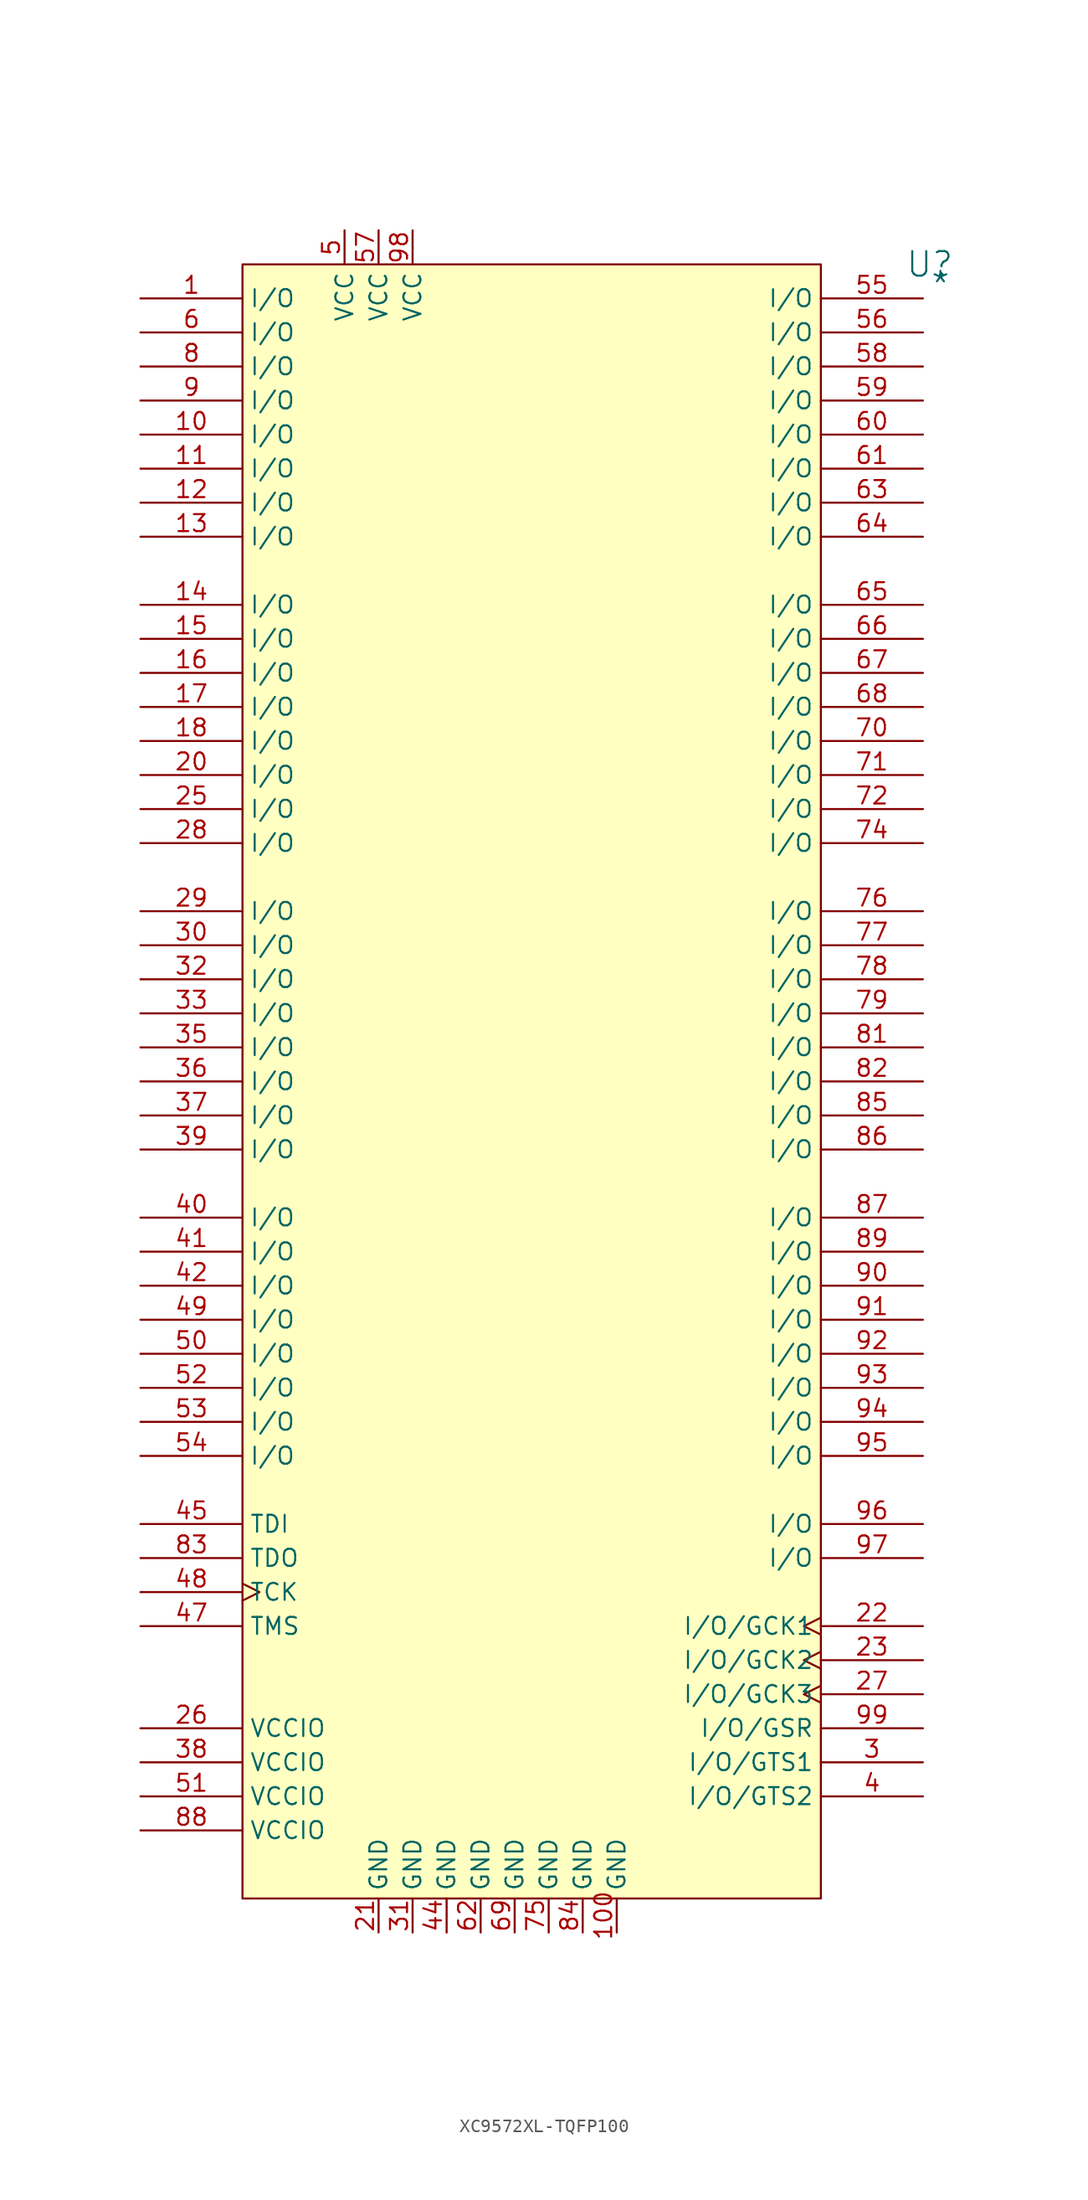
<source format=kicad_sym>
(kicad_symbol_lib
  (version 20241209)
  (generator "kicad_symbol_editor")
  (generator_version "9.0")
  (symbol "XC9572XL-TQFP100"
    (property "Reference" "U"
      (at 51.308 0 0)
      (effects (font (size 1.829 1.829))))
    (property "Value" "*"
      (at 51.308 -2.54 0)
      (effects (font (size 1.829 1.829)) (justify left bottom)))
    (symbol "XC9572XL-TQFP100_1_0"
      (rectangle (start 43.18 0) (end 0 -121.92) (stroke (width 0) (type solid) (color 128 0 0 1)) (fill (type background)))
      (pin bidirectional line (at -7.62 -2.54 0) (length 7.62) (name "I/O" (effects (font (size 1.27 1.27)))) (number "1" (effects (font (size 1.27 1.27)))))
      (pin bidirectional line (at -7.62 -5.08 0) (length 7.62) (name "I/O" (effects (font (size 1.27 1.27)))) (number "6" (effects (font (size 1.27 1.27)))))
      (pin bidirectional line (at -7.62 -7.62 0) (length 7.62) (name "I/O" (effects (font (size 1.27 1.27)))) (number "8" (effects (font (size 1.27 1.27)))))
      (pin bidirectional line (at -7.62 -10.16 0) (length 7.62) (name "I/O" (effects (font (size 1.27 1.27)))) (number "9" (effects (font (size 1.27 1.27)))))
      (pin bidirectional line (at -7.62 -12.7 0) (length 7.62) (name "I/O" (effects (font (size 1.27 1.27)))) (number "10" (effects (font (size 1.27 1.27)))))
      (pin bidirectional line (at -7.62 -15.24 0) (length 7.62) (name "I/O" (effects (font (size 1.27 1.27)))) (number "11" (effects (font (size 1.27 1.27)))))
      (pin bidirectional line (at -7.62 -17.78 0) (length 7.62) (name "I/O" (effects (font (size 1.27 1.27)))) (number "12" (effects (font (size 1.27 1.27)))))
      (pin bidirectional line (at -7.62 -20.32 0) (length 7.62) (name "I/O" (effects (font (size 1.27 1.27)))) (number "13" (effects (font (size 1.27 1.27)))))
      (pin bidirectional line (at -7.62 -25.4 0) (length 7.62) (name "I/O" (effects (font (size 1.27 1.27)))) (number "14" (effects (font (size 1.27 1.27)))))
      (pin bidirectional line (at -7.62 -27.94 0) (length 7.62) (name "I/O" (effects (font (size 1.27 1.27)))) (number "15" (effects (font (size 1.27 1.27)))))
      (pin bidirectional line (at -7.62 -30.48 0) (length 7.62) (name "I/O" (effects (font (size 1.27 1.27)))) (number "16" (effects (font (size 1.27 1.27)))))
      (pin bidirectional line (at -7.62 -33.02 0) (length 7.62) (name "I/O" (effects (font (size 1.27 1.27)))) (number "17" (effects (font (size 1.27 1.27)))))
      (pin bidirectional line (at -7.62 -35.56 0) (length 7.62) (name "I/O" (effects (font (size 1.27 1.27)))) (number "18" (effects (font (size 1.27 1.27)))))
      (pin bidirectional line (at -7.62 -38.1 0) (length 7.62) (name "I/O" (effects (font (size 1.27 1.27)))) (number "20" (effects (font (size 1.27 1.27)))))
      (pin bidirectional line (at -7.62 -40.64 0) (length 7.62) (name "I/O" (effects (font (size 1.27 1.27)))) (number "25" (effects (font (size 1.27 1.27)))))
      (pin bidirectional line (at -7.62 -43.18 0) (length 7.62) (name "I/O" (effects (font (size 1.27 1.27)))) (number "28" (effects (font (size 1.27 1.27)))))
      (pin bidirectional line (at -7.62 -48.26 0) (length 7.62) (name "I/O" (effects (font (size 1.27 1.27)))) (number "29" (effects (font (size 1.27 1.27)))))
      (pin bidirectional line (at -7.62 -50.8 0) (length 7.62) (name "I/O" (effects (font (size 1.27 1.27)))) (number "30" (effects (font (size 1.27 1.27)))))
      (pin bidirectional line (at -7.62 -53.34 0) (length 7.62) (name "I/O" (effects (font (size 1.27 1.27)))) (number "32" (effects (font (size 1.27 1.27)))))
      (pin bidirectional line (at -7.62 -55.88 0) (length 7.62) (name "I/O" (effects (font (size 1.27 1.27)))) (number "33" (effects (font (size 1.27 1.27)))))
      (pin bidirectional line (at -7.62 -58.42 0) (length 7.62) (name "I/O" (effects (font (size 1.27 1.27)))) (number "35" (effects (font (size 1.27 1.27)))))
      (pin bidirectional line (at -7.62 -60.96 0) (length 7.62) (name "I/O" (effects (font (size 1.27 1.27)))) (number "36" (effects (font (size 1.27 1.27)))))
      (pin bidirectional line (at -7.62 -63.5 0) (length 7.62) (name "I/O" (effects (font (size 1.27 1.27)))) (number "37" (effects (font (size 1.27 1.27)))))
      (pin bidirectional line (at -7.62 -66.04 0) (length 7.62) (name "I/O" (effects (font (size 1.27 1.27)))) (number "39" (effects (font (size 1.27 1.27)))))
      (pin bidirectional line (at -7.62 -71.12 0) (length 7.62) (name "I/O" (effects (font (size 1.27 1.27)))) (number "40" (effects (font (size 1.27 1.27)))))
      (pin bidirectional line (at -7.62 -73.66 0) (length 7.62) (name "I/O" (effects (font (size 1.27 1.27)))) (number "41" (effects (font (size 1.27 1.27)))))
      (pin bidirectional line (at -7.62 -76.2 0) (length 7.62) (name "I/O" (effects (font (size 1.27 1.27)))) (number "42" (effects (font (size 1.27 1.27)))))
      (pin bidirectional line (at -7.62 -78.74 0) (length 7.62) (name "I/O" (effects (font (size 1.27 1.27)))) (number "49" (effects (font (size 1.27 1.27)))))
      (pin bidirectional line (at -7.62 -81.28 0) (length 7.62) (name "I/O" (effects (font (size 1.27 1.27)))) (number "50" (effects (font (size 1.27 1.27)))))
      (pin bidirectional line (at -7.62 -83.82 0) (length 7.62) (name "I/O" (effects (font (size 1.27 1.27)))) (number "52" (effects (font (size 1.27 1.27)))))
      (pin bidirectional line (at -7.62 -86.36 0) (length 7.62) (name "I/O" (effects (font (size 1.27 1.27)))) (number "53" (effects (font (size 1.27 1.27)))))
      (pin bidirectional line (at -7.62 -88.9 0) (length 7.62) (name "I/O" (effects (font (size 1.27 1.27)))) (number "54" (effects (font (size 1.27 1.27)))))
      (pin bidirectional line (at -7.62 -93.98 0) (length 7.62) (name "TDI" (effects (font (size 1.27 1.27)))) (number "45" (effects (font (size 1.27 1.27)))))
      (pin tri_state line (at -7.62 -96.52 0) (length 7.62) (name "TDO" (effects (font (size 1.27 1.27)))) (number "83" (effects (font (size 1.27 1.27)))))
      (pin bidirectional clock (at -7.62 -99.06 0) (length 7.62) (name "TCK" (effects (font (size 1.27 1.27)))) (number "48" (effects (font (size 1.27 1.27)))))
      (pin bidirectional line (at -7.62 -101.6 0) (length 7.62) (name "TMS" (effects (font (size 1.27 1.27)))) (number "47" (effects (font (size 1.27 1.27)))))
      (pin power_in line (at -7.62 -109.22 0) (length 7.62) (name "VCCIO" (effects (font (size 1.27 1.27)))) (number "26" (effects (font (size 1.27 1.27)))))
      (pin power_in line (at -7.62 -111.76 0) (length 7.62) (name "VCCIO" (effects (font (size 1.27 1.27)))) (number "38" (effects (font (size 1.27 1.27)))))
      (pin power_in line (at -7.62 -114.3 0) (length 7.62) (name "VCCIO" (effects (font (size 1.27 1.27)))) (number "51" (effects (font (size 1.27 1.27)))))
      (pin power_in line (at -7.62 -116.84 0) (length 7.62) (name "VCCIO" (effects (font (size 1.27 1.27)))) (number "88" (effects (font (size 1.27 1.27)))))
      (pin power_in line (at 7.62 2.54 270) (length 2.54) (name "VCC" (effects (font (size 1.27 1.27)))) (number "5" (effects (font (size 1.27 1.27)))))
      (pin power_in line (at 10.16 2.54 270) (length 2.54) (name "VCC" (effects (font (size 1.27 1.27)))) (number "57" (effects (font (size 1.27 1.27)))))
      (pin power_in line (at 10.16 -124.46 90) (length 2.54) (name "GND" (effects (font (size 1.27 1.27)))) (number "21" (effects (font (size 1.27 1.27)))))
      (pin power_in line (at 12.7 2.54 270) (length 2.54) (name "VCC" (effects (font (size 1.27 1.27)))) (number "98" (effects (font (size 1.27 1.27)))))
      (pin power_in line (at 12.7 -124.46 90) (length 2.54) (name "GND" (effects (font (size 1.27 1.27)))) (number "31" (effects (font (size 1.27 1.27)))))
      (pin power_in line (at 15.24 -124.46 90) (length 2.54) (name "GND" (effects (font (size 1.27 1.27)))) (number "44" (effects (font (size 1.27 1.27)))))
      (pin power_in line (at 17.78 -124.46 90) (length 2.54) (name "GND" (effects (font (size 1.27 1.27)))) (number "62" (effects (font (size 1.27 1.27)))))
      (pin power_in line (at 20.32 -124.46 90) (length 2.54) (name "GND" (effects (font (size 1.27 1.27)))) (number "69" (effects (font (size 1.27 1.27)))))
      (pin power_in line (at 22.86 -124.46 90) (length 2.54) (name "GND" (effects (font (size 1.27 1.27)))) (number "75" (effects (font (size 1.27 1.27)))))
      (pin power_in line (at 25.4 -124.46 90) (length 2.54) (name "GND" (effects (font (size 1.27 1.27)))) (number "84" (effects (font (size 1.27 1.27)))))
      (pin power_in line (at 27.94 -124.46 90) (length 2.54) (name "GND" (effects (font (size 1.27 1.27)))) (number "100" (effects (font (size 1.27 1.27)))))
      (pin bidirectional line (at 50.8 -2.54 180) (length 7.62) (name "I/O" (effects (font (size 1.27 1.27)))) (number "55" (effects (font (size 1.27 1.27)))))
      (pin bidirectional line (at 50.8 -5.08 180) (length 7.62) (name "I/O" (effects (font (size 1.27 1.27)))) (number "56" (effects (font (size 1.27 1.27)))))
      (pin bidirectional line (at 50.8 -7.62 180) (length 7.62) (name "I/O" (effects (font (size 1.27 1.27)))) (number "58" (effects (font (size 1.27 1.27)))))
      (pin bidirectional line (at 50.8 -10.16 180) (length 7.62) (name "I/O" (effects (font (size 1.27 1.27)))) (number "59" (effects (font (size 1.27 1.27)))))
      (pin bidirectional line (at 50.8 -12.7 180) (length 7.62) (name "I/O" (effects (font (size 1.27 1.27)))) (number "60" (effects (font (size 1.27 1.27)))))
      (pin bidirectional line (at 50.8 -15.24 180) (length 7.62) (name "I/O" (effects (font (size 1.27 1.27)))) (number "61" (effects (font (size 1.27 1.27)))))
      (pin bidirectional line (at 50.8 -17.78 180) (length 7.62) (name "I/O" (effects (font (size 1.27 1.27)))) (number "63" (effects (font (size 1.27 1.27)))))
      (pin bidirectional line (at 50.8 -20.32 180) (length 7.62) (name "I/O" (effects (font (size 1.27 1.27)))) (number "64" (effects (font (size 1.27 1.27)))))
      (pin bidirectional line (at 50.8 -25.4 180) (length 7.62) (name "I/O" (effects (font (size 1.27 1.27)))) (number "65" (effects (font (size 1.27 1.27)))))
      (pin bidirectional line (at 50.8 -27.94 180) (length 7.62) (name "I/O" (effects (font (size 1.27 1.27)))) (number "66" (effects (font (size 1.27 1.27)))))
      (pin bidirectional line (at 50.8 -30.48 180) (length 7.62) (name "I/O" (effects (font (size 1.27 1.27)))) (number "67" (effects (font (size 1.27 1.27)))))
      (pin bidirectional line (at 50.8 -33.02 180) (length 7.62) (name "I/O" (effects (font (size 1.27 1.27)))) (number "68" (effects (font (size 1.27 1.27)))))
      (pin bidirectional line (at 50.8 -35.56 180) (length 7.62) (name "I/O" (effects (font (size 1.27 1.27)))) (number "70" (effects (font (size 1.27 1.27)))))
      (pin bidirectional line (at 50.8 -38.1 180) (length 7.62) (name "I/O" (effects (font (size 1.27 1.27)))) (number "71" (effects (font (size 1.27 1.27)))))
      (pin bidirectional line (at 50.8 -40.64 180) (length 7.62) (name "I/O" (effects (font (size 1.27 1.27)))) (number "72" (effects (font (size 1.27 1.27)))))
      (pin bidirectional line (at 50.8 -43.18 180) (length 7.62) (name "I/O" (effects (font (size 1.27 1.27)))) (number "74" (effects (font (size 1.27 1.27)))))
      (pin bidirectional line (at 50.8 -48.26 180) (length 7.62) (name "I/O" (effects (font (size 1.27 1.27)))) (number "76" (effects (font (size 1.27 1.27)))))
      (pin bidirectional line (at 50.8 -50.8 180) (length 7.62) (name "I/O" (effects (font (size 1.27 1.27)))) (number "77" (effects (font (size 1.27 1.27)))))
      (pin bidirectional line (at 50.8 -53.34 180) (length 7.62) (name "I/O" (effects (font (size 1.27 1.27)))) (number "78" (effects (font (size 1.27 1.27)))))
      (pin bidirectional line (at 50.8 -55.88 180) (length 7.62) (name "I/O" (effects (font (size 1.27 1.27)))) (number "79" (effects (font (size 1.27 1.27)))))
      (pin bidirectional line (at 50.8 -58.42 180) (length 7.62) (name "I/O" (effects (font (size 1.27 1.27)))) (number "81" (effects (font (size 1.27 1.27)))))
      (pin bidirectional line (at 50.8 -60.96 180) (length 7.62) (name "I/O" (effects (font (size 1.27 1.27)))) (number "82" (effects (font (size 1.27 1.27)))))
      (pin bidirectional line (at 50.8 -63.5 180) (length 7.62) (name "I/O" (effects (font (size 1.27 1.27)))) (number "85" (effects (font (size 1.27 1.27)))))
      (pin bidirectional line (at 50.8 -66.04 180) (length 7.62) (name "I/O" (effects (font (size 1.27 1.27)))) (number "86" (effects (font (size 1.27 1.27)))))
      (pin bidirectional line (at 50.8 -71.12 180) (length 7.62) (name "I/O" (effects (font (size 1.27 1.27)))) (number "87" (effects (font (size 1.27 1.27)))))
      (pin bidirectional line (at 50.8 -73.66 180) (length 7.62) (name "I/O" (effects (font (size 1.27 1.27)))) (number "89" (effects (font (size 1.27 1.27)))))
      (pin bidirectional line (at 50.8 -76.2 180) (length 7.62) (name "I/O" (effects (font (size 1.27 1.27)))) (number "90" (effects (font (size 1.27 1.27)))))
      (pin bidirectional line (at 50.8 -78.74 180) (length 7.62) (name "I/O" (effects (font (size 1.27 1.27)))) (number "91" (effects (font (size 1.27 1.27)))))
      (pin bidirectional line (at 50.8 -81.28 180) (length 7.62) (name "I/O" (effects (font (size 1.27 1.27)))) (number "92" (effects (font (size 1.27 1.27)))))
      (pin bidirectional line (at 50.8 -83.82 180) (length 7.62) (name "I/O" (effects (font (size 1.27 1.27)))) (number "93" (effects (font (size 1.27 1.27)))))
      (pin bidirectional line (at 50.8 -86.36 180) (length 7.62) (name "I/O" (effects (font (size 1.27 1.27)))) (number "94" (effects (font (size 1.27 1.27)))))
      (pin bidirectional line (at 50.8 -88.9 180) (length 7.62) (name "I/O" (effects (font (size 1.27 1.27)))) (number "95" (effects (font (size 1.27 1.27)))))
      (pin bidirectional line (at 50.8 -93.98 180) (length 7.62) (name "I/O" (effects (font (size 1.27 1.27)))) (number "96" (effects (font (size 1.27 1.27)))))
      (pin bidirectional line (at 50.8 -96.52 180) (length 7.62) (name "I/O" (effects (font (size 1.27 1.27)))) (number "97" (effects (font (size 1.27 1.27)))))
      (pin bidirectional clock (at 50.8 -101.6 180) (length 7.62) (name "I/O/GCK1" (effects (font (size 1.27 1.27)))) (number "22" (effects (font (size 1.27 1.27)))))
      (pin bidirectional clock (at 50.8 -104.14 180) (length 7.62) (name "I/O/GCK2" (effects (font (size 1.27 1.27)))) (number "23" (effects (font (size 1.27 1.27)))))
      (pin bidirectional clock (at 50.8 -106.68 180) (length 7.62) (name "I/O/GCK3" (effects (font (size 1.27 1.27)))) (number "27" (effects (font (size 1.27 1.27)))))
      (pin bidirectional line (at 50.8 -109.22 180) (length 7.62) (name "I/O/GSR" (effects (font (size 1.27 1.27)))) (number "99" (effects (font (size 1.27 1.27)))))
      (pin bidirectional line (at 50.8 -111.76 180) (length 7.62) (name "I/O/GTS1" (effects (font (size 1.27 1.27)))) (number "3" (effects (font (size 1.27 1.27)))))
      (pin bidirectional line (at 50.8 -114.3 180) (length 7.62) (name "I/O/GTS2" (effects (font (size 1.27 1.27)))) (number "4" (effects (font (size 1.27 1.27))))))))
</source>
